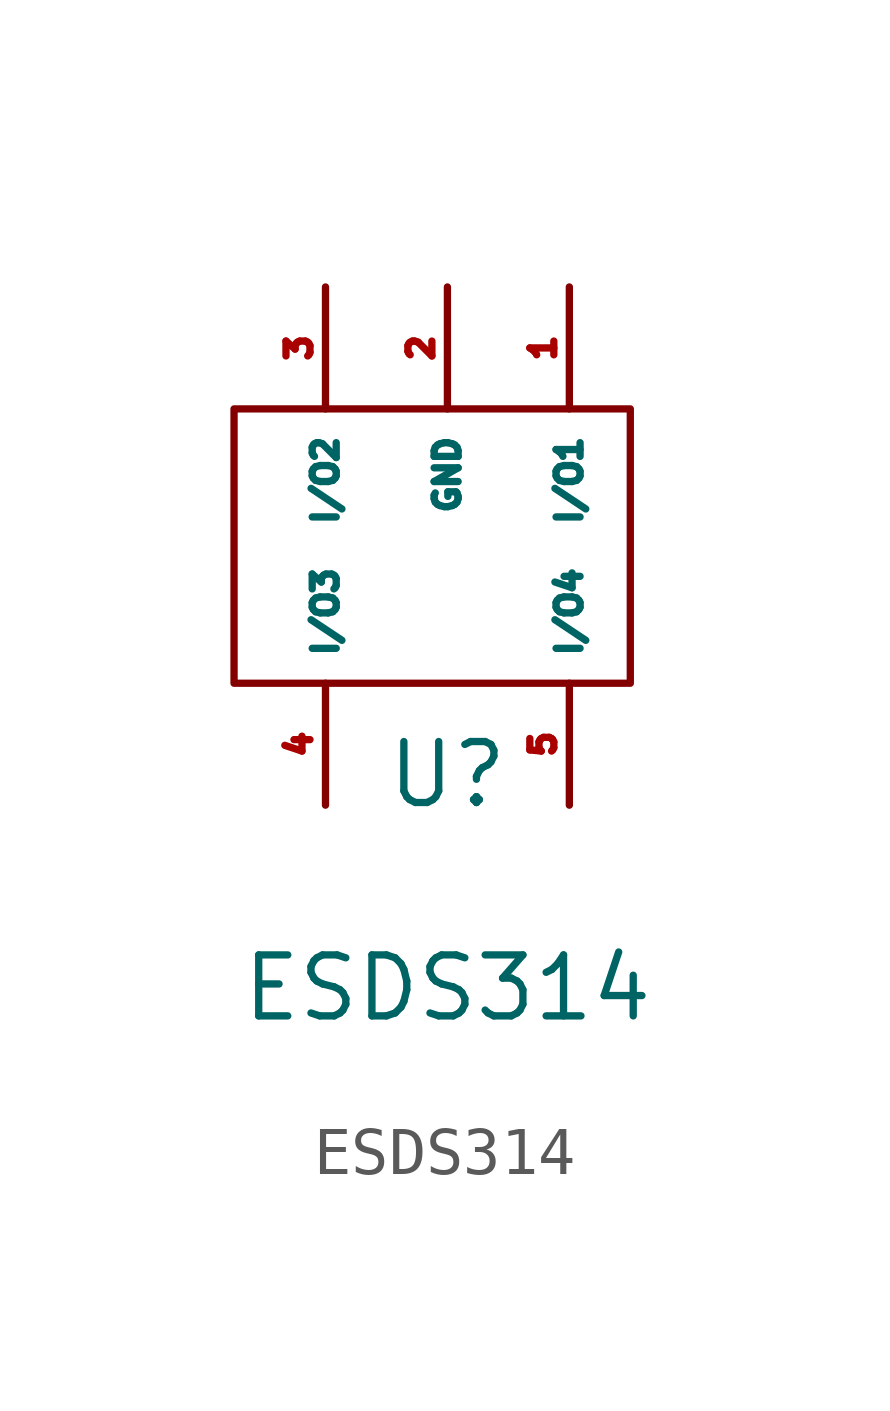
<source format=kicad_sym>
(kicad_symbol_lib
  (version 20220914)
  (generator kicad_symbol_editor)
  (symbol "ESDS314"
    (property "Reference" "U"
      (at 0 -4.445 0)
      (effects (font (size 1.27 1.27))))
    (property "Value" "ESDS314"
      (at 0 -8.89 0)
      (effects (font (size 1.27 1.27))))
    (symbol "ESDS314_0_1"
      (rectangle (start -4.445 3.175) (end 3.81 -2.54) (stroke (width 0) (type default)) (fill (type none))))
    (symbol "ESDS314_1_1"
      (pin bidirectional line (at 2.54 5.715 270) (length 2.54) (name "I/O1" (effects (font (size 0.5 0.5)))) (number "1" (effects (font (size 0.5 0.5)))))
      (pin power_out line (at 0 5.715 270) (length 2.54) (name "GND" (effects (font (size 0.5 0.5)))) (number "2" (effects (font (size 0.5 0.5)))))
      (pin bidirectional line (at -2.54 5.715 270) (length 2.54) (name "I/O2" (effects (font (size 0.5 0.5)))) (number "3" (effects (font (size 0.5 0.5)))))
      (pin bidirectional line (at -2.54 -5.08 90) (length 2.54) (name "I/O3" (effects (font (size 0.5 0.5)))) (number "4" (effects (font (size 0.5 0.5)))))
      (pin bidirectional line (at 2.54 -5.08 90) (length 2.54) (name "I/O4" (effects (font (size 0.5 0.5)))) (number "5" (effects (font (size 0.5 0.5))))))))
</source>
